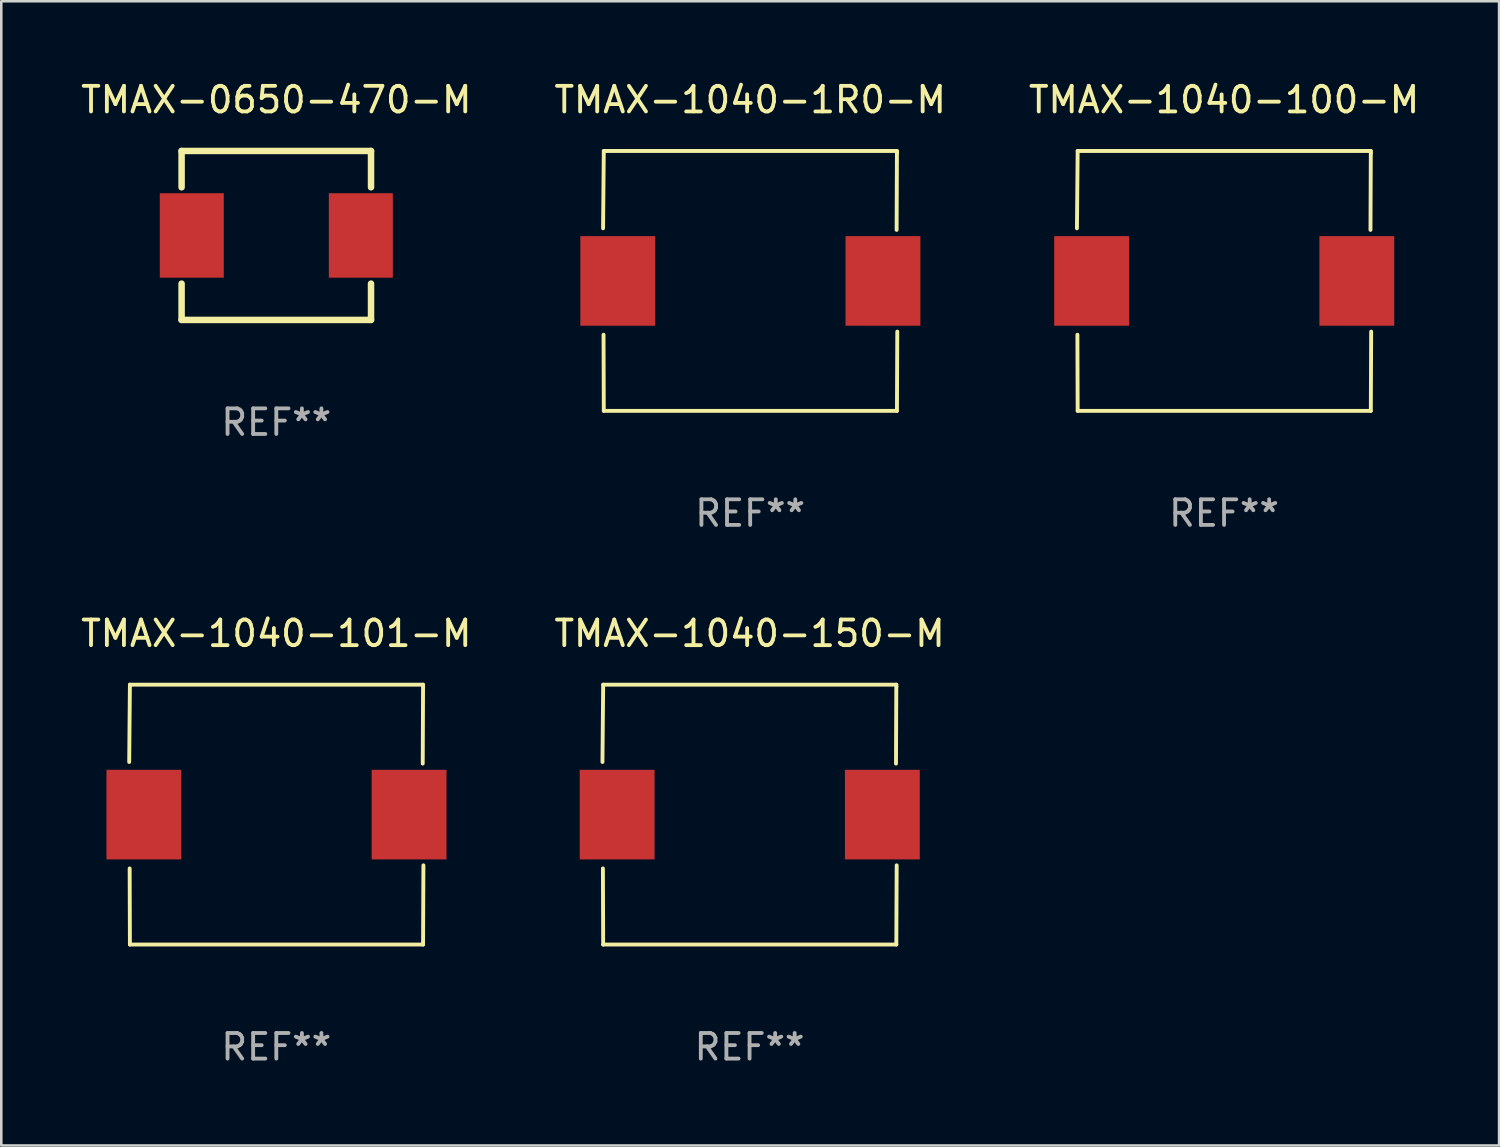
<source format=kicad_pcb>
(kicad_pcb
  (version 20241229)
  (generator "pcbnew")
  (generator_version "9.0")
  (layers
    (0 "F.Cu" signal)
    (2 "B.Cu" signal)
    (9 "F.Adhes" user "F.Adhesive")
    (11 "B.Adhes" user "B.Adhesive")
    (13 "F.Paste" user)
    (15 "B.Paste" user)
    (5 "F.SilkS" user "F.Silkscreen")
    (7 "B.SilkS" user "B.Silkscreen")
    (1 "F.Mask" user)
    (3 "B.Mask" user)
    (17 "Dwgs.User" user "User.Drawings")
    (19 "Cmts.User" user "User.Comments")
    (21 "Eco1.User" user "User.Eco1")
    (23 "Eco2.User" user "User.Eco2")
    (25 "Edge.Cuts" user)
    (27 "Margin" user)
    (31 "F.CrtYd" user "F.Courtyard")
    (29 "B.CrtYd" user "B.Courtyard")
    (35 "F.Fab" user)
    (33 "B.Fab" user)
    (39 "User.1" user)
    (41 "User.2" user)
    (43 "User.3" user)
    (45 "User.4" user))
  (footprint "TMAX-1040-1R0-M"
    (layer "F.Cu")
    (at 26.256 7.924)
    (property "Reference" "TMAX-1040-1R0-M" (at 0 -7.076 0) (layer "F.SilkS") (effects (font (size 1 1) (thickness 0.15))))
    (attr through_hole)
    (fp_line (start -5.747 -2.055) (end -5.719 -5.076) (stroke (width 0.152) (type solid)) (layer "F.SilkS"))
    (fp_line (start -5.729 2.102) (end -5.719 5.076) (stroke (width 0.152) (type solid)) (layer "F.SilkS"))
    (fp_line (start -5.719 -5.076) (end 5.733 -5.076) (stroke (width 0.152) (type solid)) (layer "F.SilkS"))
    (fp_line (start -5.719 5.076) (end 5.733 5.076) (stroke (width 0.152) (type solid)) (layer "F.SilkS"))
    (fp_line (start 5.733 -5.076) (end 5.72 -1.993) (stroke (width 0.152) (type solid)) (layer "F.SilkS"))
    (fp_line (start 5.733 5.076) (end 5.747 1.981) (stroke (width 0.152) (type solid)) (layer "F.SilkS"))
    (fp_circle (center 5.757 -5) (end 5.787 -5) (stroke (width 0.06) (type solid)) (fill no) (layer "F.SilkS"))
    (fp_text user "REF**" (at 0 9.076 0) (layer "F.Fab") (effects (font (size 1 1) (thickness 0.15))))
    (pad "1" smd rect (at 5.187 0) (size 2.924 3.5) (layers "F.Cu" "F.Mask" "F.Paste"))
    (pad "2" smd rect (at -5.173 0) (size 2.924 3.5) (layers "F.Cu" "F.Mask" "F.Paste")))
  (footprint "TMAX-1040-101-M"
    (layer "F.Cu")
    (at 7.744 28.773)
    (property "Reference" "TMAX-1040-101-M" (at 0 -7.076 0) (layer "F.SilkS") (effects (font (size 1 1) (thickness 0.15))))
    (attr through_hole)
    (fp_line (start -5.747 -2.055) (end -5.719 -5.076) (stroke (width 0.152) (type solid)) (layer "F.SilkS"))
    (fp_line (start -5.729 2.102) (end -5.719 5.076) (stroke (width 0.152) (type solid)) (layer "F.SilkS"))
    (fp_line (start -5.719 -5.076) (end 5.733 -5.076) (stroke (width 0.152) (type solid)) (layer "F.SilkS"))
    (fp_line (start -5.719 5.076) (end 5.733 5.076) (stroke (width 0.152) (type solid)) (layer "F.SilkS"))
    (fp_line (start 5.733 -5.076) (end 5.72 -1.993) (stroke (width 0.152) (type solid)) (layer "F.SilkS"))
    (fp_line (start 5.733 5.076) (end 5.747 1.981) (stroke (width 0.152) (type solid)) (layer "F.SilkS"))
    (fp_circle (center 5.757 -5) (end 5.787 -5) (stroke (width 0.06) (type solid)) (fill no) (layer "F.SilkS"))
    (fp_text user "REF**" (at 0 9.076 0) (layer "F.Fab") (effects (font (size 1 1) (thickness 0.15))))
    (pad "1" smd rect (at 5.187 0) (size 2.924 3.5) (layers "F.Cu" "F.Mask" "F.Paste"))
    (pad "2" smd rect (at -5.173 0) (size 2.924 3.5) (layers "F.Cu" "F.Mask" "F.Paste")))
  (footprint "TMAX-1040-150-M"
    (layer "F.Cu")
    (at 26.232 28.773)
    (property "Reference" "TMAX-1040-150-M" (at 0 -7.076 0) (layer "F.SilkS") (effects (font (size 1 1) (thickness 0.15))))
    (attr through_hole)
    (fp_line (start -5.747 -2.055) (end -5.719 -5.076) (stroke (width 0.152) (type solid)) (layer "F.SilkS"))
    (fp_line (start -5.729 2.102) (end -5.719 5.076) (stroke (width 0.152) (type solid)) (layer "F.SilkS"))
    (fp_line (start -5.719 -5.076) (end 5.733 -5.076) (stroke (width 0.152) (type solid)) (layer "F.SilkS"))
    (fp_line (start -5.719 5.076) (end 5.733 5.076) (stroke (width 0.152) (type solid)) (layer "F.SilkS"))
    (fp_line (start 5.733 -5.076) (end 5.72 -1.993) (stroke (width 0.152) (type solid)) (layer "F.SilkS"))
    (fp_line (start 5.733 5.076) (end 5.747 1.981) (stroke (width 0.152) (type solid)) (layer "F.SilkS"))
    (fp_circle (center 5.757 -5) (end 5.787 -5) (stroke (width 0.06) (type solid)) (fill no) (layer "F.SilkS"))
    (fp_text user "REF**" (at 0 9.076 0) (layer "F.Fab") (effects (font (size 1 1) (thickness 0.15))))
    (pad "1" smd rect (at 5.187 0) (size 2.924 3.5) (layers "F.Cu" "F.Mask" "F.Paste"))
    (pad "2" smd rect (at -5.173 0) (size 2.924 3.5) (layers "F.Cu" "F.Mask" "F.Paste")))
  (footprint "TMAX-1040-100-M"
    (layer "F.Cu")
    (at 44.768 7.924)
    (property "Reference" "TMAX-1040-100-M" (at 0 -7.076 0) (layer "F.SilkS") (effects (font (size 1 1) (thickness 0.15))))
    (attr through_hole)
    (fp_line (start -5.747 -2.055) (end -5.719 -5.076) (stroke (width 0.152) (type solid)) (layer "F.SilkS"))
    (fp_line (start -5.729 2.102) (end -5.719 5.076) (stroke (width 0.152) (type solid)) (layer "F.SilkS"))
    (fp_line (start -5.719 -5.076) (end 5.733 -5.076) (stroke (width 0.152) (type solid)) (layer "F.SilkS"))
    (fp_line (start -5.719 5.076) (end 5.733 5.076) (stroke (width 0.152) (type solid)) (layer "F.SilkS"))
    (fp_line (start 5.733 -5.076) (end 5.72 -1.993) (stroke (width 0.152) (type solid)) (layer "F.SilkS"))
    (fp_line (start 5.733 5.076) (end 5.747 1.981) (stroke (width 0.152) (type solid)) (layer "F.SilkS"))
    (fp_circle (center 5.757 -5) (end 5.787 -5) (stroke (width 0.06) (type solid)) (fill no) (layer "F.SilkS"))
    (fp_text user "REF**" (at 0 9.076 0) (layer "F.Fab") (effects (font (size 1 1) (thickness 0.15))))
    (pad "1" smd rect (at 5.187 0) (size 2.924 3.5) (layers "F.Cu" "F.Mask" "F.Paste"))
    (pad "2" smd rect (at -5.173 0) (size 2.924 3.5) (layers "F.Cu" "F.Mask" "F.Paste")))
  (footprint "TMAX-0650-470-M"
    (layer "F.Cu")
    (at 7.744 6.148)
    (property "Reference" "TMAX-0650-470-M" (at 0 -5.3 0) (layer "F.SilkS") (effects (font (size 1 1) (thickness 0.15))))
    (attr through_hole)
    (fp_line (start -3.7 -3.3) (end -3.7 -1.881) (stroke (width 0.254) (type solid)) (layer "F.SilkS"))
    (fp_line (start -3.7 -3.3) (end 3.7 -3.3) (stroke (width 0.254) (type solid)) (layer "F.SilkS"))
    (fp_line (start -3.7 1.881) (end -3.7 3.3) (stroke (width 0.254) (type solid)) (layer "F.SilkS"))
    (fp_line (start 3.7 -1.881) (end 3.7 -3.3) (stroke (width 0.254) (type solid)) (layer "F.SilkS"))
    (fp_line (start 3.7 3.3) (end -3.7 3.3) (stroke (width 0.254) (type solid)) (layer "F.SilkS"))
    (fp_line (start 3.7 3.3) (end 3.7 1.881) (stroke (width 0.254) (type solid)) (layer "F.SilkS"))
    (fp_circle (center -3.7 3.3) (end -3.67 3.3) (stroke (width 0.06) (type solid)) (fill no) (layer "F.SilkS"))
    (fp_text user "REF**" (at 0 7.3 0) (layer "F.Fab") (effects (font (size 1 1) (thickness 0.15))))
    (pad "1" smd rect (at -3.302 0) (size 2.5 3.3) (layers "F.Cu" "F.Mask" "F.Paste"))
    (pad "2" smd rect (at 3.302 0) (size 2.5 3.3) (layers "F.Cu" "F.Mask" "F.Paste")))
  (gr_rect
    (start -3 -3)
    (end 55.512 41.698)
    (stroke (width 0.1) (type default))
    (fill no)
    (layer "Edge.Cuts")))
</source>
